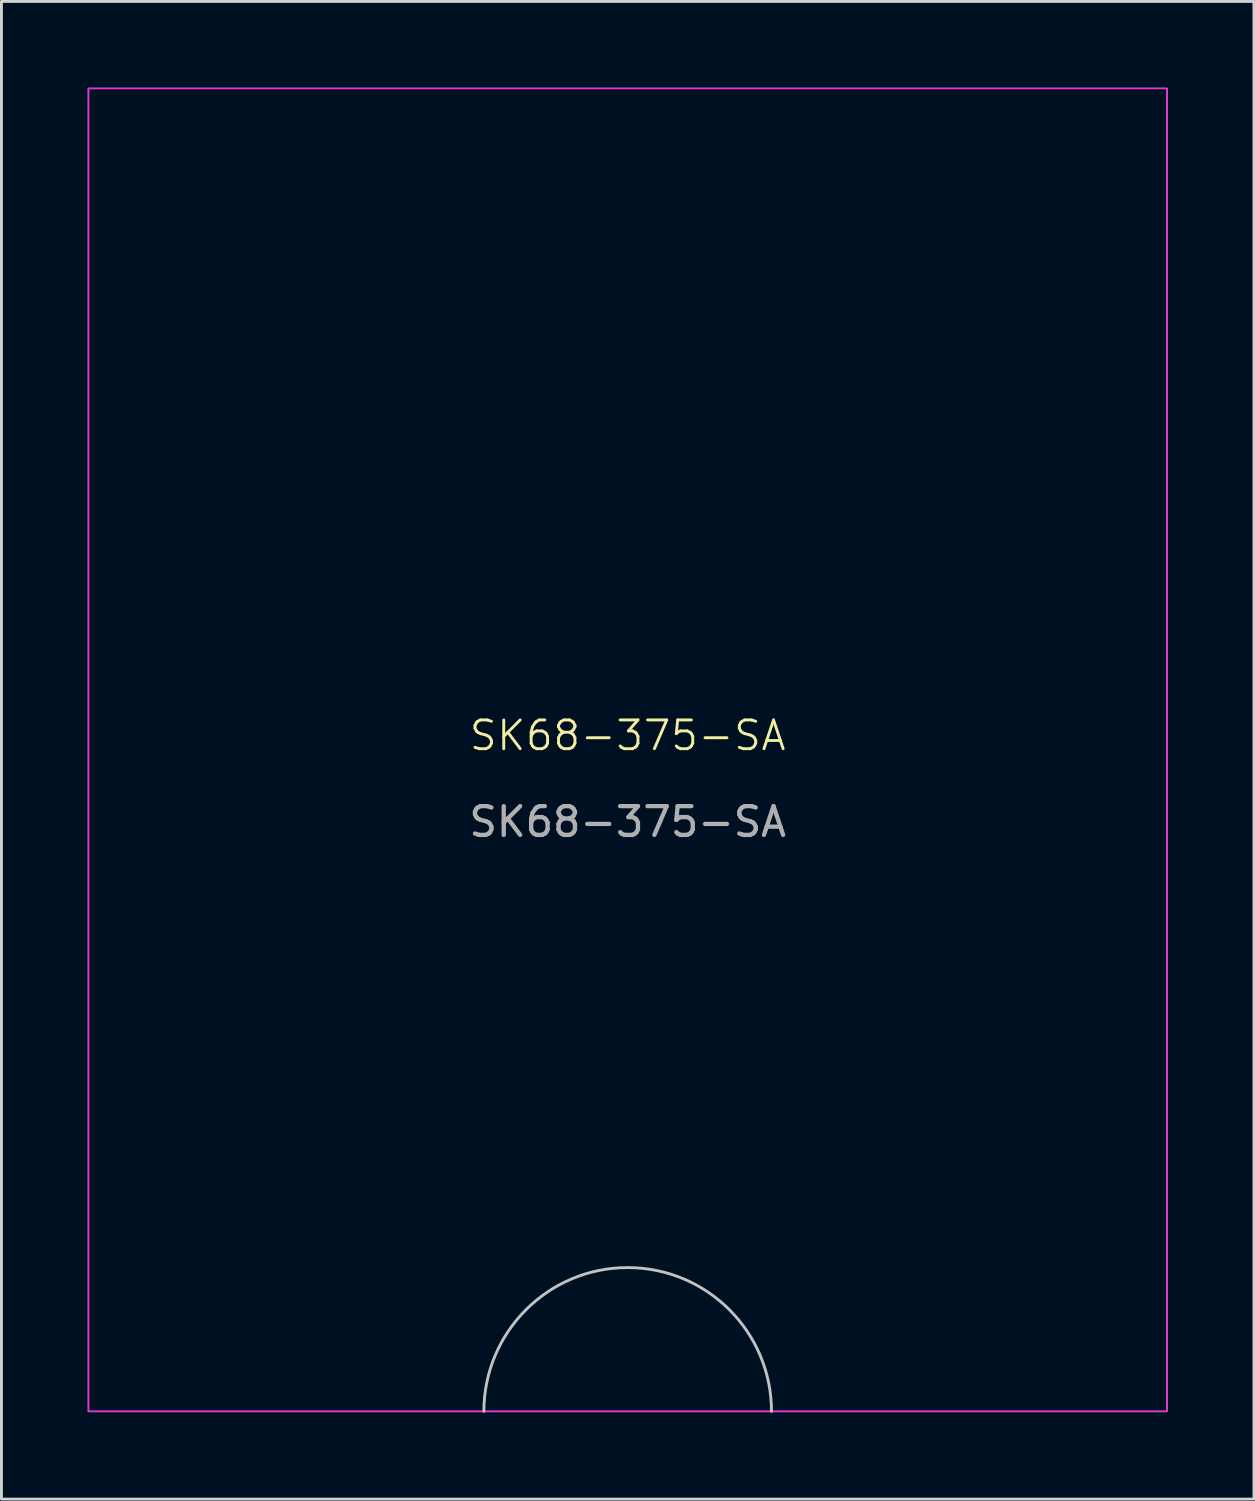
<source format=kicad_pcb>
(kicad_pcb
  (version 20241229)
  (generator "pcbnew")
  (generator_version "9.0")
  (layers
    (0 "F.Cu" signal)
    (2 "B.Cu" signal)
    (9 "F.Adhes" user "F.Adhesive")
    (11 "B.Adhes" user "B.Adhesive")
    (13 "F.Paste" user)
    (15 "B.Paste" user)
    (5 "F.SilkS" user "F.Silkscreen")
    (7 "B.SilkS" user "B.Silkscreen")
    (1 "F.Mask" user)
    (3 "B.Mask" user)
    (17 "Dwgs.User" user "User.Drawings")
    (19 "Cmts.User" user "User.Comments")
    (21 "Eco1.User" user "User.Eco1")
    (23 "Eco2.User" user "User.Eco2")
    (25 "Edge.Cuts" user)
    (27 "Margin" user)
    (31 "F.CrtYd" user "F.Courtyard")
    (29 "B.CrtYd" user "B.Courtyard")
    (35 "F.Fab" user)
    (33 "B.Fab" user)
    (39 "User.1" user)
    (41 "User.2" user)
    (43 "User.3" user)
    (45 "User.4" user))
  (footprint "SK68-375-SA"
    (layer "F.Cu")
    (at 18.775 23.025)
    (property "Reference" "SK68-375-SA" (at 0 -0.5 0) (unlocked yes) (layer "F.SilkS") (effects (font (size 1 1) (thickness 0.1))))
    (fp_arc (start -5 23) (mid 0 18) (end 5 23) (stroke (width 0.1) (type default)) (layer "Dwgs.User"))
    (fp_rect (start -18.75 -23) (end 18.75 23) (stroke (width 0.05) (type default)) (fill no) (layer "F.CrtYd"))
    (fp_rect (start -18.75 -23) (end 18.75 23) (stroke (width 0.05) (type default)) (fill no) (layer "F.Fab"))
    (fp_text user "${REFERENCE}" (at 0 2.5 0) (unlocked yes) (layer "F.Fab") (effects (font (size 1 1) (thickness 0.15)))))
  (gr_rect
    (start -3 -3)
    (end 40.55 49.075)
    (stroke (width 0.1) (type default))
    (fill no)
    (layer "Edge.Cuts")))
</source>
